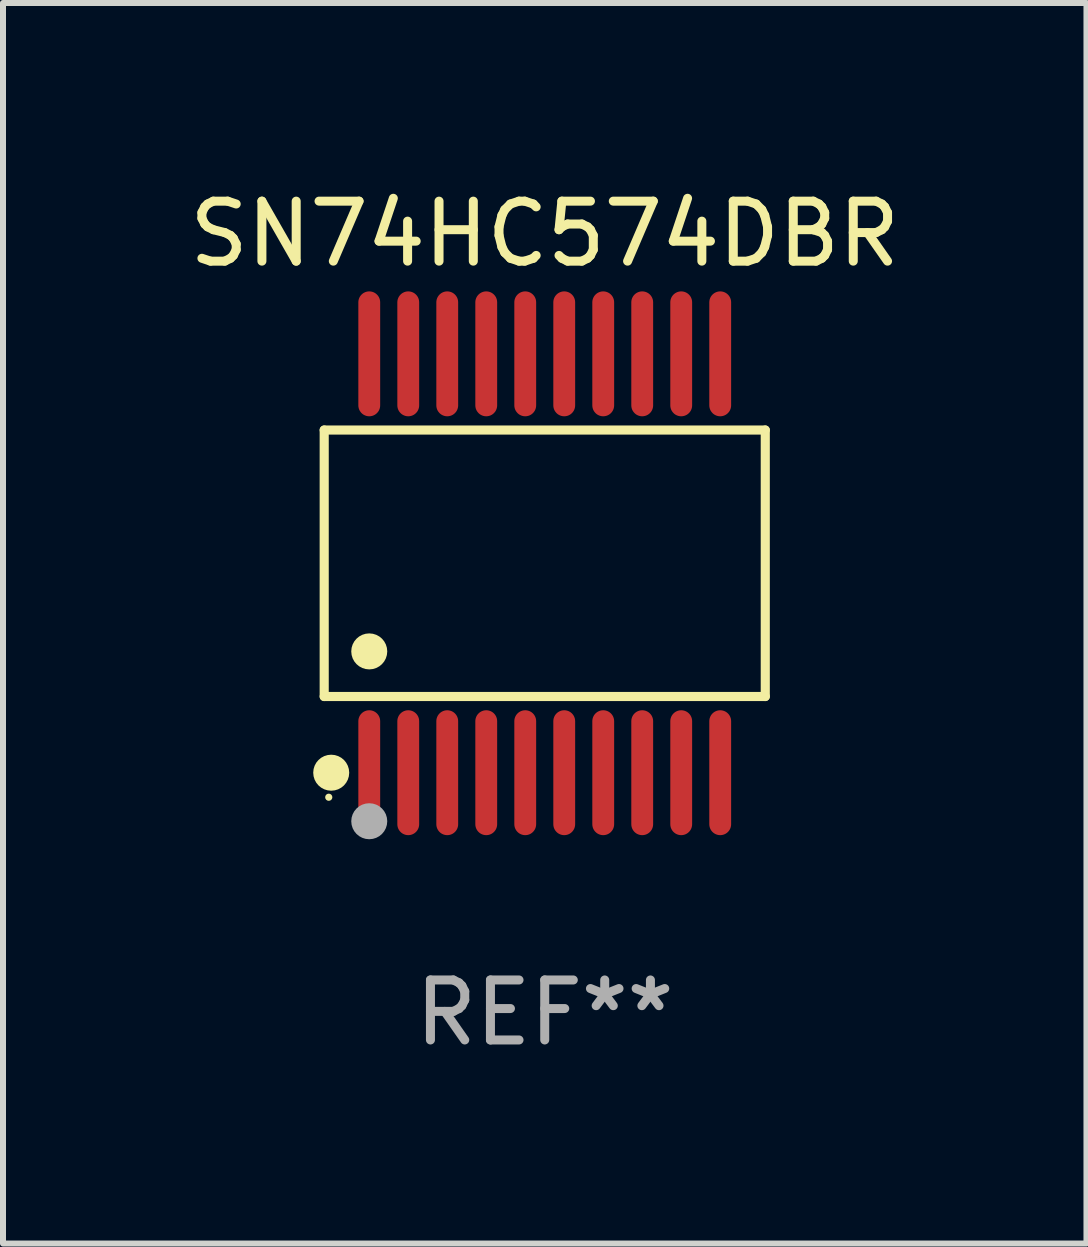
<source format=kicad_pcb>
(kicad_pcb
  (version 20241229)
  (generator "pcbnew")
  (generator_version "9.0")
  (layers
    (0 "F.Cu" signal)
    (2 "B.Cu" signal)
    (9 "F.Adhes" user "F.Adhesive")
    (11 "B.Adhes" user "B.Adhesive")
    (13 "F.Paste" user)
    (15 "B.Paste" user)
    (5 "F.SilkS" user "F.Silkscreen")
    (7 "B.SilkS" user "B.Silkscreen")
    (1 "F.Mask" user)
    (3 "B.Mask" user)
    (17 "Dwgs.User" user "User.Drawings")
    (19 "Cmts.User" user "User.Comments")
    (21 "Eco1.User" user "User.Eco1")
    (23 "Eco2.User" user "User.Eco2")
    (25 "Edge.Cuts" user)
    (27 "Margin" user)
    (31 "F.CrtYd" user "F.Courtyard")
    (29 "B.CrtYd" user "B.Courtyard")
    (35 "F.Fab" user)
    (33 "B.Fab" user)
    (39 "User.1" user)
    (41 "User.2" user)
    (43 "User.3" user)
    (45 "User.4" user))
  (footprint "SN74HC574DBR"
    (layer "F.Cu")
    (at 6.03 6.339)
    (property "Reference" "SN74HC574DBR" (at 0 -5.491 0) (layer "F.SilkS") (effects (font (size 1 1) (thickness 0.15))))
    (attr through_hole)
    (fp_line (start -3.676 -2.221) (end 3.676 -2.221) (stroke (width 0.152) (type solid)) (layer "F.SilkS"))
    (fp_line (start -3.676 2.221) (end -3.676 -2.221) (stroke (width 0.152) (type solid)) (layer "F.SilkS"))
    (fp_line (start 3.676 -2.221) (end 3.676 2.221) (stroke (width 0.152) (type solid)) (layer "F.SilkS"))
    (fp_line (start 3.676 2.221) (end -3.676 2.221) (stroke (width 0.152) (type solid)) (layer "F.SilkS"))
    (fp_circle (center -3.6 3.9) (end -3.57 3.9) (stroke (width 0.06) (type solid)) (fill no) (layer "F.SilkS"))
    (fp_circle (center -3.559 3.491) (end -3.409 3.491) (stroke (width 0.3) (type solid)) (fill no) (layer "F.SilkS"))
    (fp_circle (center -2.925 1.469) (end -2.775 1.469) (stroke (width 0.3) (type solid)) (fill no) (layer "F.SilkS"))
    (fp_circle (center -2.925 4.3) (end -2.775 4.3) (stroke (width 0.3) (type solid)) (fill no) (layer "F.Fab"))
    (fp_text user "REF**" (at 0 7.491 0) (layer "F.Fab") (effects (font (size 1 1) (thickness 0.15))))
    (pad "1" smd oval (at -2.925 3.491) (size 0.364 2.082) (layers "F.Cu" "F.Mask" "F.Paste"))
    (pad "2" smd oval (at -2.275 3.491) (size 0.364 2.082) (layers "F.Cu" "F.Mask" "F.Paste"))
    (pad "3" smd oval (at -1.625 3.491) (size 0.364 2.082) (layers "F.Cu" "F.Mask" "F.Paste"))
    (pad "4" smd oval (at -0.975 3.491) (size 0.364 2.082) (layers "F.Cu" "F.Mask" "F.Paste"))
    (pad "5" smd oval (at -0.325 3.491) (size 0.364 2.082) (layers "F.Cu" "F.Mask" "F.Paste"))
    (pad "6" smd oval (at 0.325 3.491) (size 0.364 2.082) (layers "F.Cu" "F.Mask" "F.Paste"))
    (pad "7" smd oval (at 0.975 3.491) (size 0.364 2.082) (layers "F.Cu" "F.Mask" "F.Paste"))
    (pad "8" smd oval (at 1.625 3.491) (size 0.364 2.082) (layers "F.Cu" "F.Mask" "F.Paste"))
    (pad "9" smd oval (at 2.275 3.491) (size 0.364 2.082) (layers "F.Cu" "F.Mask" "F.Paste"))
    (pad "10" smd oval (at 2.925 3.491) (size 0.364 2.082) (layers "F.Cu" "F.Mask" "F.Paste"))
    (pad "11" smd oval (at 2.925 -3.491) (size 0.364 2.082) (layers "F.Cu" "F.Mask" "F.Paste"))
    (pad "12" smd oval (at 2.275 -3.491) (size 0.364 2.082) (layers "F.Cu" "F.Mask" "F.Paste"))
    (pad "13" smd oval (at 1.625 -3.491) (size 0.364 2.082) (layers "F.Cu" "F.Mask" "F.Paste"))
    (pad "14" smd oval (at 0.975 -3.491) (size 0.364 2.082) (layers "F.Cu" "F.Mask" "F.Paste"))
    (pad "15" smd oval (at 0.325 -3.491) (size 0.364 2.082) (layers "F.Cu" "F.Mask" "F.Paste"))
    (pad "16" smd oval (at -0.325 -3.491) (size 0.364 2.082) (layers "F.Cu" "F.Mask" "F.Paste"))
    (pad "17" smd oval (at -0.975 -3.491) (size 0.364 2.082) (layers "F.Cu" "F.Mask" "F.Paste"))
    (pad "18" smd oval (at -1.625 -3.491) (size 0.364 2.082) (layers "F.Cu" "F.Mask" "F.Paste"))
    (pad "19" smd oval (at -2.275 -3.491) (size 0.364 2.082) (layers "F.Cu" "F.Mask" "F.Paste"))
    (pad "20" smd oval (at -2.925 -3.491) (size 0.364 2.082) (layers "F.Cu" "F.Mask" "F.Paste")))
  (gr_rect
    (start -3 -3)
    (end 15.06 17.678)
    (stroke (width 0.1) (type default))
    (fill no)
    (layer "Edge.Cuts")))
</source>
